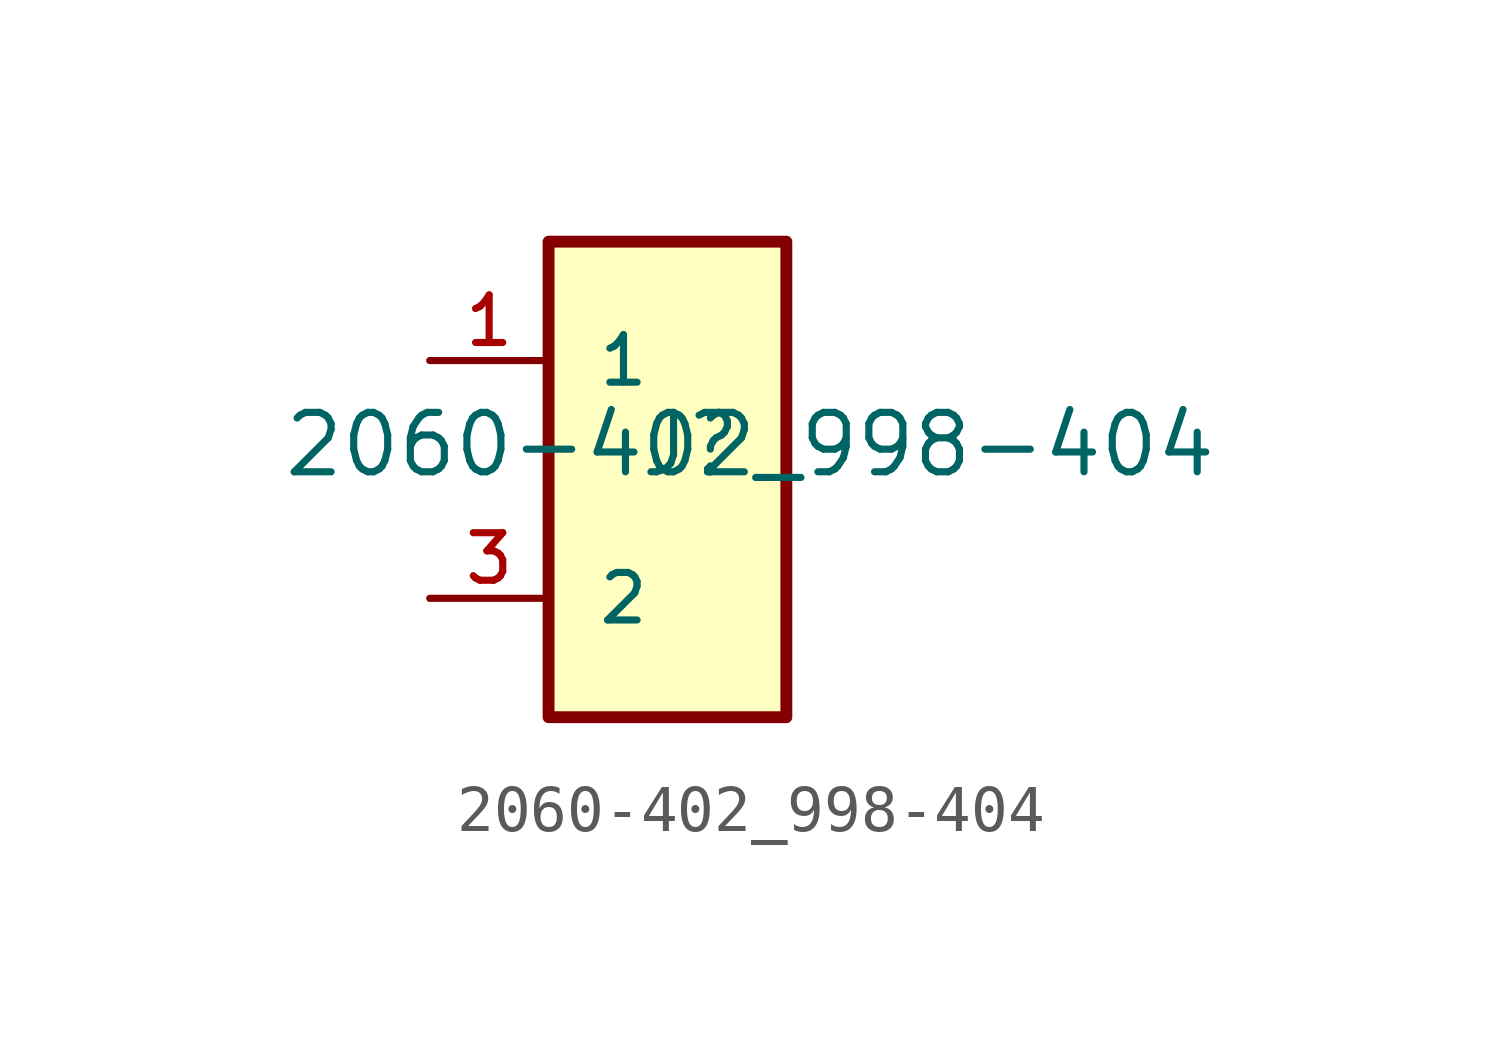
<source format=kicad_sym>
(kicad_symbol_lib
  (version 20220914)
  (generator kicad_symbol_editor)
  (symbol "2060-402_998-404"
    (pin_names
      (offset 1.016))
    (property "Reference" "J"
      (at -0.635 0 0)
      (effects (font (size 1.27 1.27)) (justify left bottom)))
    (property "Value" "2060-402_998-404"
      (at -8.255 0 0)
      (effects (font (size 1.27 1.27)) (justify left bottom)))
    (symbol "2060-402_998-404_0_0"
      (rectangle (start -2.54 -5.08) (end 2.54 5.08) (stroke (width 0.254) (type default)) (fill (type background))))
    (symbol "2060-402_998-404_1_0"
      (pin passive line (at -5.08 2.54 0) (length 2.54) (name "1" (effects (font (size 1.016 1.016)))) (number "1" (effects (font (size 1.016 1.016)))))
      (pin passive line (at -5.08 2.54 0) (length 2.54) hide (name "1" (effects (font (size 1.016 1.016)))) (number "2" (effects (font (size 1.016 1.016)))))
      (pin passive line (at -5.08 -2.54 0) (length 2.54) (name "2" (effects (font (size 1.016 1.016)))) (number "3" (effects (font (size 1.016 1.016)))))
      (pin passive line (at -5.08 -2.54 0) (length 2.54) hide (name "2" (effects (font (size 1.016 1.016)))) (number "4" (effects (font (size 1.016 1.016))))))))
</source>
